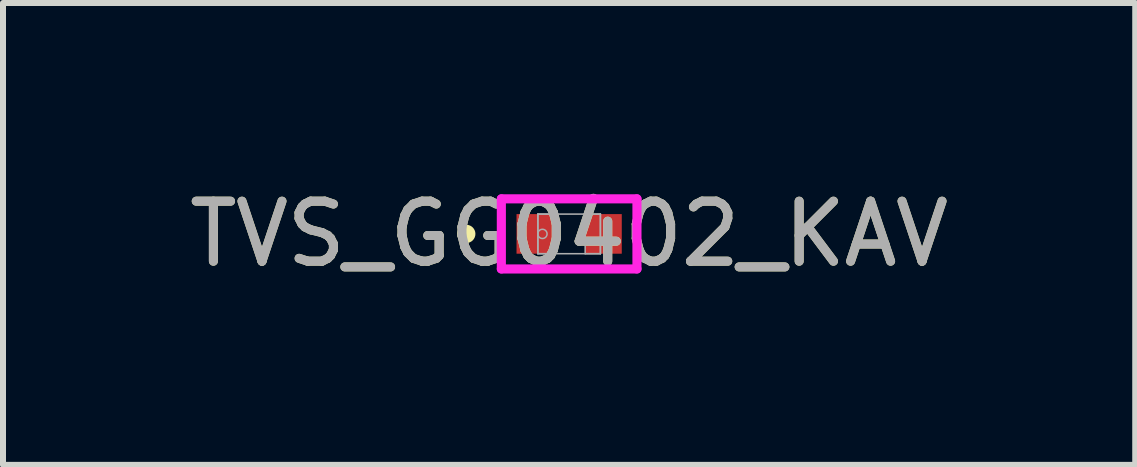
<source format=kicad_pcb>
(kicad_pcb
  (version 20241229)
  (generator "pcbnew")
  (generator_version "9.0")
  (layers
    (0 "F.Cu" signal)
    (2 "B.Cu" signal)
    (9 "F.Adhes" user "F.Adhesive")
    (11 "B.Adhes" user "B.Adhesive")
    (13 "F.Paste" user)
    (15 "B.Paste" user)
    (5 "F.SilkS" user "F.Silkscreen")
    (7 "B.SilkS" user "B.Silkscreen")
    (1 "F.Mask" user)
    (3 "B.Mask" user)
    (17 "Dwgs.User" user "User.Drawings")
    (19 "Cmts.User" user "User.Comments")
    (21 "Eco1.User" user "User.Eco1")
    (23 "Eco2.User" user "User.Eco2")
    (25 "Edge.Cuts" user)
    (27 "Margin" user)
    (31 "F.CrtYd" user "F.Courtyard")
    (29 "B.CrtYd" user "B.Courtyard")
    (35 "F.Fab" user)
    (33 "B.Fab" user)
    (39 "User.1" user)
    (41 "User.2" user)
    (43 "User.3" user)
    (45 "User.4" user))
  (footprint "TVS_GG0402_KAV"
    (layer "F.Cu")
    (at 6.435 0.848)
    (property "Reference" "TVS_GG0402_KAV" (at 0 0 0) (unlocked yes) (layer "F.SilkS") (effects (font (size 1 1) (thickness 0.15))))
    (attr smd)
    (fp_circle (center -1.714 0) (end -1.638 0) (stroke (width 0.152) (type solid)) (fill no) (layer "F.SilkS"))
    (fp_line (start -1.13 -0.584) (end 1.13 -0.584) (stroke (width 0.152) (type solid)) (layer "F.CrtYd"))
    (fp_line (start -1.13 0.584) (end -1.13 -0.584) (stroke (width 0.152) (type solid)) (layer "F.CrtYd"))
    (fp_line (start 1.13 -0.584) (end 1.13 0.584) (stroke (width 0.152) (type solid)) (layer "F.CrtYd"))
    (fp_line (start 1.13 0.584) (end -1.13 0.584) (stroke (width 0.152) (type solid)) (layer "F.CrtYd"))
    (fp_line (start -0.521 -0.33) (end -0.521 0.33) (stroke (width 0.025) (type solid)) (layer "F.Fab"))
    (fp_line (start -0.521 -0.33) (end -0.521 0.33) (stroke (width 0.025) (type solid)) (layer "F.Fab"))
    (fp_line (start -0.521 0.33) (end -0.267 0.33) (stroke (width 0.025) (type solid)) (layer "F.Fab"))
    (fp_line (start -0.521 0.33) (end 0.521 0.33) (stroke (width 0.025) (type solid)) (layer "F.Fab"))
    (fp_line (start -0.267 -0.33) (end -0.521 -0.33) (stroke (width 0.025) (type solid)) (layer "F.Fab"))
    (fp_line (start -0.267 0.33) (end -0.267 -0.33) (stroke (width 0.025) (type solid)) (layer "F.Fab"))
    (fp_line (start 0.267 -0.33) (end 0.267 0.33) (stroke (width 0.025) (type solid)) (layer "F.Fab"))
    (fp_line (start 0.267 0.33) (end 0.521 0.33) (stroke (width 0.025) (type solid)) (layer "F.Fab"))
    (fp_line (start 0.521 -0.33) (end -0.521 -0.33) (stroke (width 0.025) (type solid)) (layer "F.Fab"))
    (fp_line (start 0.521 -0.33) (end 0.267 -0.33) (stroke (width 0.025) (type solid)) (layer "F.Fab"))
    (fp_line (start 0.521 0.33) (end 0.521 -0.33) (stroke (width 0.025) (type solid)) (layer "F.Fab"))
    (fp_line (start 0.521 0.33) (end 0.521 -0.33) (stroke (width 0.025) (type solid)) (layer "F.Fab"))
    (fp_circle (center -0.445 0) (end -0.368 0) (stroke (width 0.025) (type solid)) (fill no) (layer "F.Fab"))
    (fp_text user "${REFERENCE}" (at 0 0 0) (unlocked yes) (layer "F.Fab") (effects (font (size 1 1) (thickness 0.15))))
    (pad "1" smd rect (at -0.572 0) (size 0.61 0.66) (layers "F.Cu" "F.Mask" "F.Paste"))
    (pad "2" smd rect (at 0.572 0) (size 0.61 0.66) (layers "F.Cu" "F.Mask" "F.Paste"))
    (zone (net_name "") (layer "F.Cu") (hatch full 0.508) (connect_pads) (min_thickness 0.254) (filled_areas_thickness no) (keepout (tracks not_allowed) (vias not_allowed) (pads allowed) (copperpour not_allowed) (footprints allowed)) (placement (enabled no)) (fill) (polygon (pts (xy 6.219 0.569) (xy 6.65 0.569) (xy 6.65 1.128) (xy 6.219 1.128)))))
  (gr_rect
    (start -3 -3)
    (end 15.869 4.697)
    (stroke (width 0.1) (type default))
    (fill no)
    (layer "Edge.Cuts")))
</source>
